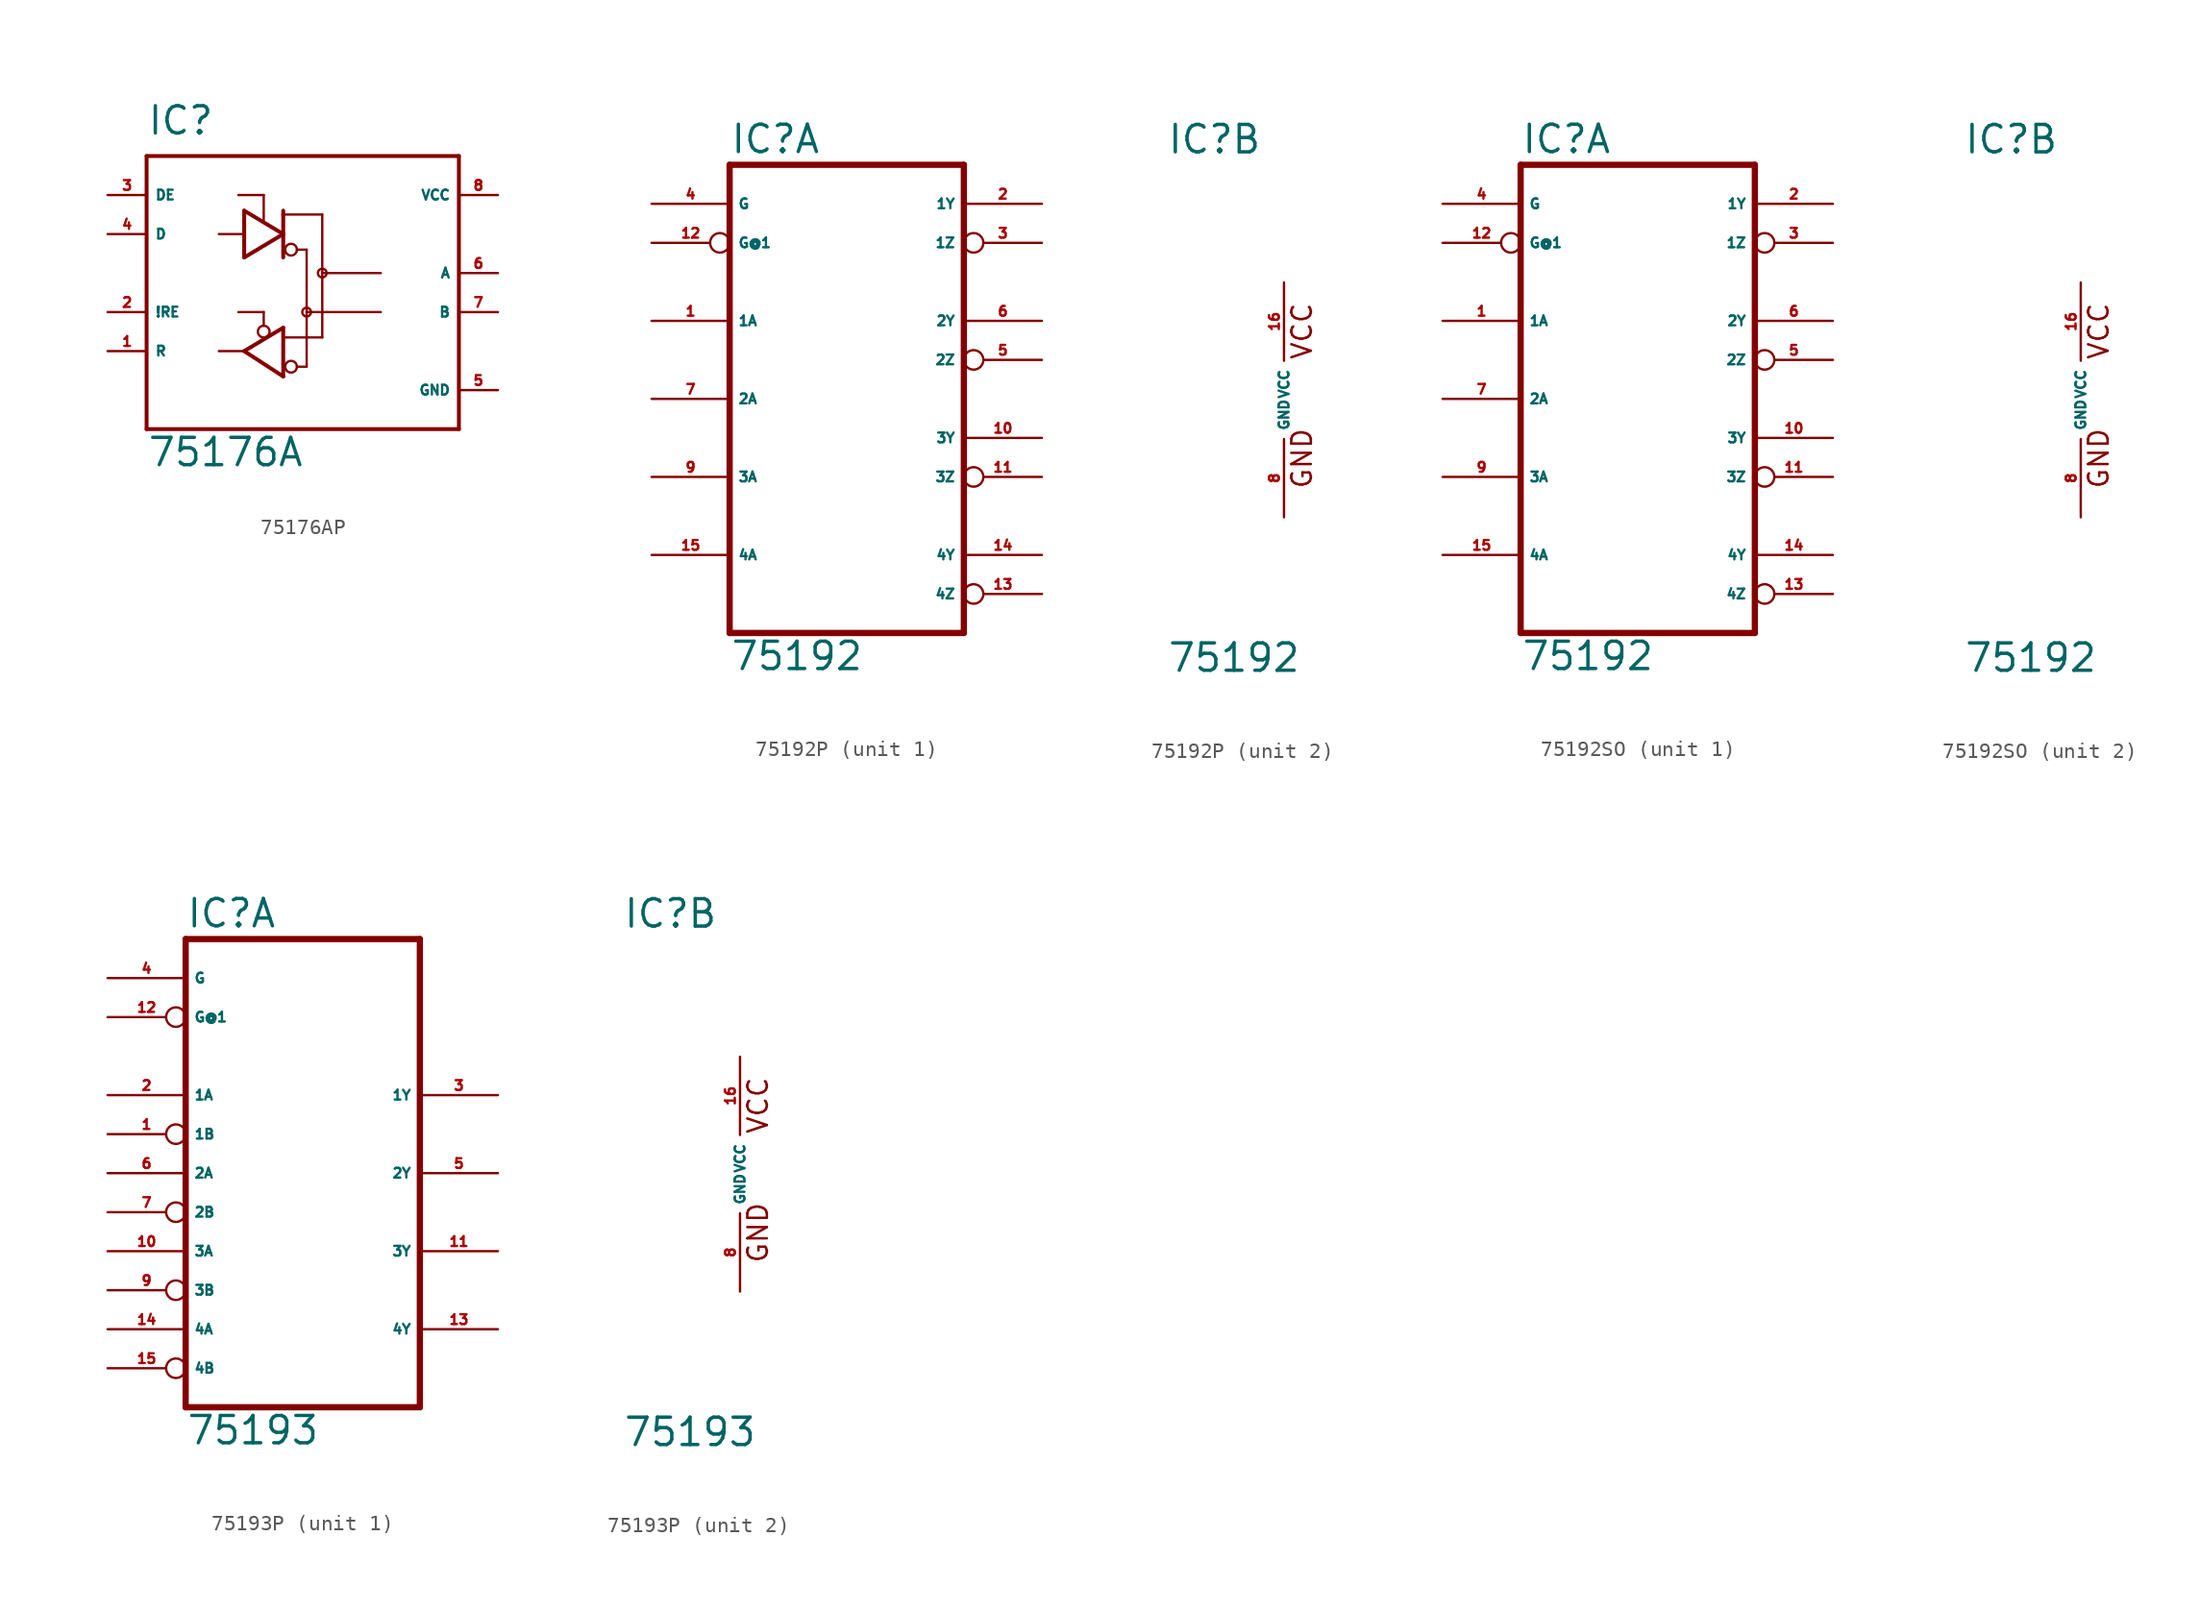
<source format=kicad_sym>
(kicad_symbol_lib
  (version 20220914)
  (generator Eagle2Kicad)
  (symbol "75176AP"
    (property "Reference" "IC"
      (at -10.16 8.89 0)
      (effects (font (size 1.778 1.778) (thickness 0.22)) (justify left bottom)))
    (property "Value" "75176A"
      (at -10.16 -12.7 0)
      (effects (font (size 1.778 1.778) (thickness 0.22)) (justify left bottom)))
    (polyline
      (pts (xy -3.81 4.064) (xy -3.81 1.016))
      (stroke (width 0.254) (type default))
      (fill (type none)))
    (polyline
      (pts (xy -3.81 1.016) (xy -1.27 2.54))
      (stroke (width 0.254) (type default))
      (fill (type none)))
    (polyline
      (pts (xy -1.27 2.54) (xy -3.81 4.064))
      (stroke (width 0.254) (type default))
      (fill (type none)))
    (polyline
      (pts (xy -1.27 4.064) (xy -1.27 3.81))
      (stroke (width 0.254) (type default))
      (fill (type none)))
    (polyline
      (pts (xy -1.27 3.81) (xy -1.27 1.016))
      (stroke (width 0.254) (type default))
      (fill (type none)))
    (polyline
      (pts (xy -3.81 -5.08) (xy -1.27 -3.556))
      (stroke (width 0.254) (type default))
      (fill (type none)))
    (polyline
      (pts (xy -1.27 -3.556) (xy -1.27 -6.731))
      (stroke (width 0.254) (type default))
      (fill (type none)))
    (polyline
      (pts (xy -1.27 -6.731) (xy -3.81 -5.08))
      (stroke (width 0.254) (type default))
      (fill (type none)))
    (polyline
      (pts (xy -4.191 5.08) (xy -2.54 5.08))
      (stroke (width 0.152) (type default))
      (fill (type none)))
    (polyline
      (pts (xy -2.54 5.08) (xy -2.54 3.429))
      (stroke (width 0.152) (type default))
      (fill (type none)))
    (polyline
      (pts (xy -5.461 2.54) (xy -3.937 2.54))
      (stroke (width 0.152) (type default))
      (fill (type none)))
    (polyline
      (pts (xy -1.27 3.81) (xy 1.27 3.81))
      (stroke (width 0.152) (type default))
      (fill (type none)))
    (polyline
      (pts (xy 1.27 3.81) (xy 1.27 0))
      (stroke (width 0.152) (type default))
      (fill (type none)))
    (polyline
      (pts (xy 1.27 0) (xy 5.08 0))
      (stroke (width 0.152) (type default))
      (fill (type none)))
    (polyline
      (pts (xy -0.381 1.524) (xy 0.254 1.524))
      (stroke (width 0.152) (type default))
      (fill (type none)))
    (polyline
      (pts (xy 0.254 1.524) (xy 0.254 -2.54))
      (stroke (width 0.152) (type default))
      (fill (type none)))
    (polyline
      (pts (xy 0.254 -2.54) (xy 5.08 -2.54))
      (stroke (width 0.152) (type default))
      (fill (type none)))
    (polyline
      (pts (xy -4.191 -2.54) (xy -2.54 -2.54))
      (stroke (width 0.152) (type default))
      (fill (type none)))
    (polyline
      (pts (xy -2.54 -2.54) (xy -2.54 -3.429))
      (stroke (width 0.152) (type default))
      (fill (type none)))
    (polyline
      (pts (xy -1.143 -4.191) (xy 1.27 -4.191))
      (stroke (width 0.152) (type default))
      (fill (type none)))
    (polyline
      (pts (xy 1.27 -4.191) (xy 1.27 0))
      (stroke (width 0.152) (type default))
      (fill (type none)))
    (polyline
      (pts (xy 0.254 -2.54) (xy 0.254 -6.096))
      (stroke (width 0.152) (type default))
      (fill (type none)))
    (polyline
      (pts (xy 0.254 -6.096) (xy -0.381 -6.096))
      (stroke (width 0.152) (type default))
      (fill (type none)))
    (polyline
      (pts (xy -10.16 7.62) (xy 10.16 7.62))
      (stroke (width 0.254) (type default))
      (fill (type none)))
    (polyline
      (pts (xy 10.16 7.62) (xy 10.16 -10.16))
      (stroke (width 0.254) (type default))
      (fill (type none)))
    (polyline
      (pts (xy 10.16 -10.16) (xy -10.16 -10.16))
      (stroke (width 0.254) (type default))
      (fill (type none)))
    (polyline
      (pts (xy -10.16 -10.16) (xy -10.16 7.62))
      (stroke (width 0.254) (type default))
      (fill (type none)))
    (polyline
      (pts (xy -3.81 -5.08) (xy -5.461 -5.08))
      (stroke (width 0.152) (type default))
      (fill (type none)))
    (circle
      (center -0.762 1.524)
      (radius 0.381)
      (stroke (width 0.152) (type default))
      (fill (type none)))
    (circle
      (center -2.54 -3.81)
      (radius 0.381)
      (stroke (width 0.152) (type default))
      (fill (type none)))
    (circle
      (center -0.762 -6.096)
      (radius 0.381)
      (stroke (width 0.152) (type default))
      (fill (type none)))
    (circle
      (center 0.254 -2.54)
      (radius 0.284)
      (stroke (width 0) (type default))
      (fill (type none)))
    (circle
      (center 1.27 0)
      (radius 0.284)
      (stroke (width 0) (type default))
      (fill (type none)))
    (pin input line
      (at -12.7 -5.08 0)
      (length 2.54)
      (name "R" (effects (font (size 0.635 0.635) (thickness 0.08)) (justify left bottom)))
      (number "1" (effects (font (size 0.635 0.635) (thickness 0.08)) (justify left bottom))))
    (pin input line
      (at -12.7 -2.54 0)
      (length 2.54)
      (name "!RE" (effects (font (size 0.635 0.635) (thickness 0.08)) (justify left bottom)))
      (number "2" (effects (font (size 0.635 0.635) (thickness 0.08)) (justify left bottom))))
    (pin input line
      (at -12.7 5.08 0)
      (length 2.54)
      (name "DE" (effects (font (size 0.635 0.635) (thickness 0.08)) (justify left bottom)))
      (number "3" (effects (font (size 0.635 0.635) (thickness 0.08)) (justify left bottom))))
    (pin input line
      (at -12.7 2.54 0)
      (length 2.54)
      (name "D" (effects (font (size 0.635 0.635) (thickness 0.08)) (justify left bottom)))
      (number "4" (effects (font (size 0.635 0.635) (thickness 0.08)) (justify left bottom))))
    (pin unspecified line
      (at 12.7 -7.62 180)
      (length 2.54)
      (name "GND" (effects (font (size 0.635 0.635) (thickness 0.08)) (justify left bottom)))
      (number "5" (effects (font (size 0.635 0.635) (thickness 0.08)) (justify left bottom))))
    (pin unspecified line
      (at 12.7 5.08 180)
      (length 2.54)
      (name "VCC" (effects (font (size 0.635 0.635) (thickness 0.08)) (justify left bottom)))
      (number "8" (effects (font (size 0.635 0.635) (thickness 0.08)) (justify left bottom))))
    (pin output line
      (at 12.7 0 180)
      (length 2.54)
      (name "A" (effects (font (size 0.635 0.635) (thickness 0.08)) (justify left bottom)))
      (number "6" (effects (font (size 0.635 0.635) (thickness 0.08)) (justify left bottom))))
    (pin output line
      (at 12.7 -2.54 180)
      (length 2.54)
      (name "B" (effects (font (size 0.635 0.635) (thickness 0.08)) (justify left bottom)))
      (number "7" (effects (font (size 0.635 0.635) (thickness 0.08)) (justify left bottom)))))
  (symbol "75192P"
    (property "Reference" "IC"
      (at -7.62 15.875 0)
      (effects (font (size 1.778 1.778) (thickness 0.22)) (justify left bottom)))
    (property "Value" "75192"
      (at -7.62 -17.78 0)
      (effects (font (size 1.778 1.778) (thickness 0.22)) (justify left bottom)))
    (symbol "75192P_1_0"
      (polyline (pts (xy -7.62 -15.24) (xy 7.62 -15.24)) (stroke (width 0.406) (type default)) (fill (type none)))
      (polyline (pts (xy 7.62 15.24) (xy 7.62 -15.24)) (stroke (width 0.406) (type default)) (fill (type none)))
      (polyline (pts (xy 7.62 15.24) (xy -7.62 15.24)) (stroke (width 0.406) (type default)) (fill (type none)))
      (polyline (pts (xy -7.62 -15.24) (xy -7.62 15.24)) (stroke (width 0.406) (type default)) (fill (type none)))
      (pin input line (at -12.7 12.7 0) (length 5.08) (name "G" (effects (font (size 0.635 0.635) (thickness 0.08)) (justify left bottom))) (number "4" (effects (font (size 0.635 0.635) (thickness 0.08)) (justify left bottom))))
      (pin input inverted (at -12.7 10.16 0) (length 5.08) (name "G@1" (effects (font (size 0.635 0.635) (thickness 0.08)) (justify left bottom))) (number "12" (effects (font (size 0.635 0.635) (thickness 0.08)) (justify left bottom))))
      (pin input line (at -12.7 5.08 0) (length 5.08) (name "1A" (effects (font (size 0.635 0.635) (thickness 0.08)) (justify left bottom))) (number "1" (effects (font (size 0.635 0.635) (thickness 0.08)) (justify left bottom))))
      (pin input line (at -12.7 0 0) (length 5.08) (name "2A" (effects (font (size 0.635 0.635) (thickness 0.08)) (justify left bottom))) (number "7" (effects (font (size 0.635 0.635) (thickness 0.08)) (justify left bottom))))
      (pin input line (at -12.7 -5.08 0) (length 5.08) (name "3A" (effects (font (size 0.635 0.635) (thickness 0.08)) (justify left bottom))) (number "9" (effects (font (size 0.635 0.635) (thickness 0.08)) (justify left bottom))))
      (pin input line (at -12.7 -10.16 0) (length 5.08) (name "4A" (effects (font (size 0.635 0.635) (thickness 0.08)) (justify left bottom))) (number "15" (effects (font (size 0.635 0.635) (thickness 0.08)) (justify left bottom))))
      (pin output line (at 12.7 12.7 180) (length 5.08) (name "1Y" (effects (font (size 0.635 0.635) (thickness 0.08)) (justify left bottom))) (number "2" (effects (font (size 0.635 0.635) (thickness 0.08)) (justify left bottom))))
      (pin output inverted (at 12.7 10.16 180) (length 5.08) (name "1Z" (effects (font (size 0.635 0.635) (thickness 0.08)) (justify left bottom))) (number "3" (effects (font (size 0.635 0.635) (thickness 0.08)) (justify left bottom))))
      (pin output line (at 12.7 5.08 180) (length 5.08) (name "2Y" (effects (font (size 0.635 0.635) (thickness 0.08)) (justify left bottom))) (number "6" (effects (font (size 0.635 0.635) (thickness 0.08)) (justify left bottom))))
      (pin output inverted (at 12.7 2.54 180) (length 5.08) (name "2Z" (effects (font (size 0.635 0.635) (thickness 0.08)) (justify left bottom))) (number "5" (effects (font (size 0.635 0.635) (thickness 0.08)) (justify left bottom))))
      (pin output line (at 12.7 -2.54 180) (length 5.08) (name "3Y" (effects (font (size 0.635 0.635) (thickness 0.08)) (justify left bottom))) (number "10" (effects (font (size 0.635 0.635) (thickness 0.08)) (justify left bottom))))
      (pin output inverted (at 12.7 -5.08 180) (length 5.08) (name "3Z" (effects (font (size 0.635 0.635) (thickness 0.08)) (justify left bottom))) (number "11" (effects (font (size 0.635 0.635) (thickness 0.08)) (justify left bottom))))
      (pin output line (at 12.7 -10.16 180) (length 5.08) (name "4Y" (effects (font (size 0.635 0.635) (thickness 0.08)) (justify left bottom))) (number "14" (effects (font (size 0.635 0.635) (thickness 0.08)) (justify left bottom))))
      (pin output inverted (at 12.7 -12.7 180) (length 5.08) (name "4Z" (effects (font (size 0.635 0.635) (thickness 0.08)) (justify left bottom))) (number "13" (effects (font (size 0.635 0.635) (thickness 0.08)) (justify left bottom)))))
    (symbol "75192P_2_0"
      (text "GND" (at 1.905 -5.842 900) (effects (font (size 1.27 1.27) (thickness 0.16)) (justify left bottom)))
      (text "VCC" (at 1.905 2.54 900) (effects (font (size 1.27 1.27) (thickness 0.16)) (justify left bottom)))
      (pin unspecified line (at 0 -7.62 90) (length 5.08) (name "GND" (effects (font (size 0.635 0.635) (thickness 0.08)) (justify left bottom))) (number "8" (effects (font (size 0.635 0.635) (thickness 0.08)) (justify left bottom))))
      (pin unspecified line (at 0 7.62 270) (length 5.08) (name "VCC" (effects (font (size 0.635 0.635) (thickness 0.08)) (justify left bottom))) (number "16" (effects (font (size 0.635 0.635) (thickness 0.08)) (justify left bottom))))))
  (symbol "75192SO"
    (property "Reference" "IC"
      (at -7.62 15.875 0)
      (effects (font (size 1.778 1.778) (thickness 0.22)) (justify left bottom)))
    (property "Value" "75192"
      (at -7.62 -17.78 0)
      (effects (font (size 1.778 1.778) (thickness 0.22)) (justify left bottom)))
    (symbol "75192SO_1_0"
      (polyline (pts (xy -7.62 -15.24) (xy 7.62 -15.24)) (stroke (width 0.406) (type default)) (fill (type none)))
      (polyline (pts (xy 7.62 15.24) (xy 7.62 -15.24)) (stroke (width 0.406) (type default)) (fill (type none)))
      (polyline (pts (xy 7.62 15.24) (xy -7.62 15.24)) (stroke (width 0.406) (type default)) (fill (type none)))
      (polyline (pts (xy -7.62 -15.24) (xy -7.62 15.24)) (stroke (width 0.406) (type default)) (fill (type none)))
      (pin input line (at -12.7 12.7 0) (length 5.08) (name "G" (effects (font (size 0.635 0.635) (thickness 0.08)) (justify left bottom))) (number "4" (effects (font (size 0.635 0.635) (thickness 0.08)) (justify left bottom))))
      (pin input inverted (at -12.7 10.16 0) (length 5.08) (name "G@1" (effects (font (size 0.635 0.635) (thickness 0.08)) (justify left bottom))) (number "12" (effects (font (size 0.635 0.635) (thickness 0.08)) (justify left bottom))))
      (pin input line (at -12.7 5.08 0) (length 5.08) (name "1A" (effects (font (size 0.635 0.635) (thickness 0.08)) (justify left bottom))) (number "1" (effects (font (size 0.635 0.635) (thickness 0.08)) (justify left bottom))))
      (pin input line (at -12.7 0 0) (length 5.08) (name "2A" (effects (font (size 0.635 0.635) (thickness 0.08)) (justify left bottom))) (number "7" (effects (font (size 0.635 0.635) (thickness 0.08)) (justify left bottom))))
      (pin input line (at -12.7 -5.08 0) (length 5.08) (name "3A" (effects (font (size 0.635 0.635) (thickness 0.08)) (justify left bottom))) (number "9" (effects (font (size 0.635 0.635) (thickness 0.08)) (justify left bottom))))
      (pin input line (at -12.7 -10.16 0) (length 5.08) (name "4A" (effects (font (size 0.635 0.635) (thickness 0.08)) (justify left bottom))) (number "15" (effects (font (size 0.635 0.635) (thickness 0.08)) (justify left bottom))))
      (pin output line (at 12.7 12.7 180) (length 5.08) (name "1Y" (effects (font (size 0.635 0.635) (thickness 0.08)) (justify left bottom))) (number "2" (effects (font (size 0.635 0.635) (thickness 0.08)) (justify left bottom))))
      (pin output inverted (at 12.7 10.16 180) (length 5.08) (name "1Z" (effects (font (size 0.635 0.635) (thickness 0.08)) (justify left bottom))) (number "3" (effects (font (size 0.635 0.635) (thickness 0.08)) (justify left bottom))))
      (pin output line (at 12.7 5.08 180) (length 5.08) (name "2Y" (effects (font (size 0.635 0.635) (thickness 0.08)) (justify left bottom))) (number "6" (effects (font (size 0.635 0.635) (thickness 0.08)) (justify left bottom))))
      (pin output inverted (at 12.7 2.54 180) (length 5.08) (name "2Z" (effects (font (size 0.635 0.635) (thickness 0.08)) (justify left bottom))) (number "5" (effects (font (size 0.635 0.635) (thickness 0.08)) (justify left bottom))))
      (pin output line (at 12.7 -2.54 180) (length 5.08) (name "3Y" (effects (font (size 0.635 0.635) (thickness 0.08)) (justify left bottom))) (number "10" (effects (font (size 0.635 0.635) (thickness 0.08)) (justify left bottom))))
      (pin output inverted (at 12.7 -5.08 180) (length 5.08) (name "3Z" (effects (font (size 0.635 0.635) (thickness 0.08)) (justify left bottom))) (number "11" (effects (font (size 0.635 0.635) (thickness 0.08)) (justify left bottom))))
      (pin output line (at 12.7 -10.16 180) (length 5.08) (name "4Y" (effects (font (size 0.635 0.635) (thickness 0.08)) (justify left bottom))) (number "14" (effects (font (size 0.635 0.635) (thickness 0.08)) (justify left bottom))))
      (pin output inverted (at 12.7 -12.7 180) (length 5.08) (name "4Z" (effects (font (size 0.635 0.635) (thickness 0.08)) (justify left bottom))) (number "13" (effects (font (size 0.635 0.635) (thickness 0.08)) (justify left bottom)))))
    (symbol "75192SO_2_0"
      (text "GND" (at 1.905 -5.842 900) (effects (font (size 1.27 1.27) (thickness 0.16)) (justify left bottom)))
      (text "VCC" (at 1.905 2.54 900) (effects (font (size 1.27 1.27) (thickness 0.16)) (justify left bottom)))
      (pin unspecified line (at 0 -7.62 90) (length 5.08) (name "GND" (effects (font (size 0.635 0.635) (thickness 0.08)) (justify left bottom))) (number "8" (effects (font (size 0.635 0.635) (thickness 0.08)) (justify left bottom))))
      (pin unspecified line (at 0 7.62 270) (length 5.08) (name "VCC" (effects (font (size 0.635 0.635) (thickness 0.08)) (justify left bottom))) (number "16" (effects (font (size 0.635 0.635) (thickness 0.08)) (justify left bottom))))))
  (symbol "75193P"
    (property "Reference" "IC"
      (at -7.62 15.875 0)
      (effects (font (size 1.778 1.778) (thickness 0.22)) (justify left bottom)))
    (property "Value" "75193"
      (at -7.62 -17.78 0)
      (effects (font (size 1.778 1.778) (thickness 0.22)) (justify left bottom)))
    (symbol "75193P_1_0"
      (polyline (pts (xy -7.62 -15.24) (xy 7.62 -15.24)) (stroke (width 0.406) (type default)) (fill (type none)))
      (polyline (pts (xy 7.62 15.24) (xy 7.62 -15.24)) (stroke (width 0.406) (type default)) (fill (type none)))
      (polyline (pts (xy 7.62 15.24) (xy -7.62 15.24)) (stroke (width 0.406) (type default)) (fill (type none)))
      (polyline (pts (xy -7.62 -15.24) (xy -7.62 15.24)) (stroke (width 0.406) (type default)) (fill (type none)))
      (pin input line (at -12.7 12.7 0) (length 5.08) (name "G" (effects (font (size 0.635 0.635) (thickness 0.08)) (justify left bottom))) (number "4" (effects (font (size 0.635 0.635) (thickness 0.08)) (justify left bottom))))
      (pin input inverted (at -12.7 10.16 0) (length 5.08) (name "G@1" (effects (font (size 0.635 0.635) (thickness 0.08)) (justify left bottom))) (number "12" (effects (font (size 0.635 0.635) (thickness 0.08)) (justify left bottom))))
      (pin input line (at -12.7 5.08 0) (length 5.08) (name "1A" (effects (font (size 0.635 0.635) (thickness 0.08)) (justify left bottom))) (number "2" (effects (font (size 0.635 0.635) (thickness 0.08)) (justify left bottom))))
      (pin input line (at -12.7 0 0) (length 5.08) (name "2A" (effects (font (size 0.635 0.635) (thickness 0.08)) (justify left bottom))) (number "6" (effects (font (size 0.635 0.635) (thickness 0.08)) (justify left bottom))))
      (pin input line (at -12.7 -5.08 0) (length 5.08) (name "3A" (effects (font (size 0.635 0.635) (thickness 0.08)) (justify left bottom))) (number "10" (effects (font (size 0.635 0.635) (thickness 0.08)) (justify left bottom))))
      (pin input line (at -12.7 -10.16 0) (length 5.08) (name "4A" (effects (font (size 0.635 0.635) (thickness 0.08)) (justify left bottom))) (number "14" (effects (font (size 0.635 0.635) (thickness 0.08)) (justify left bottom))))
      (pin tri_state line (at 12.7 5.08 180) (length 5.08) (name "1Y" (effects (font (size 0.635 0.635) (thickness 0.08)) (justify left bottom))) (number "3" (effects (font (size 0.635 0.635) (thickness 0.08)) (justify left bottom))))
      (pin tri_state line (at 12.7 0 180) (length 5.08) (name "2Y" (effects (font (size 0.635 0.635) (thickness 0.08)) (justify left bottom))) (number "5" (effects (font (size 0.635 0.635) (thickness 0.08)) (justify left bottom))))
      (pin tri_state line (at 12.7 -5.08 180) (length 5.08) (name "3Y" (effects (font (size 0.635 0.635) (thickness 0.08)) (justify left bottom))) (number "11" (effects (font (size 0.635 0.635) (thickness 0.08)) (justify left bottom))))
      (pin tri_state line (at 12.7 -10.16 180) (length 5.08) (name "4Y" (effects (font (size 0.635 0.635) (thickness 0.08)) (justify left bottom))) (number "13" (effects (font (size 0.635 0.635) (thickness 0.08)) (justify left bottom))))
      (pin input inverted (at -12.7 2.54 0) (length 5.08) (name "1B" (effects (font (size 0.635 0.635) (thickness 0.08)) (justify left bottom))) (number "1" (effects (font (size 0.635 0.635) (thickness 0.08)) (justify left bottom))))
      (pin input inverted (at -12.7 -2.54 0) (length 5.08) (name "2B" (effects (font (size 0.635 0.635) (thickness 0.08)) (justify left bottom))) (number "7" (effects (font (size 0.635 0.635) (thickness 0.08)) (justify left bottom))))
      (pin input inverted (at -12.7 -7.62 0) (length 5.08) (name "3B" (effects (font (size 0.635 0.635) (thickness 0.08)) (justify left bottom))) (number "9" (effects (font (size 0.635 0.635) (thickness 0.08)) (justify left bottom))))
      (pin input inverted (at -12.7 -12.7 0) (length 5.08) (name "4B" (effects (font (size 0.635 0.635) (thickness 0.08)) (justify left bottom))) (number "15" (effects (font (size 0.635 0.635) (thickness 0.08)) (justify left bottom)))))
    (symbol "75193P_2_0"
      (text "GND" (at 1.905 -5.842 900) (effects (font (size 1.27 1.27) (thickness 0.16)) (justify left bottom)))
      (text "VCC" (at 1.905 2.54 900) (effects (font (size 1.27 1.27) (thickness 0.16)) (justify left bottom)))
      (pin unspecified line (at 0 -7.62 90) (length 5.08) (name "GND" (effects (font (size 0.635 0.635) (thickness 0.08)) (justify left bottom))) (number "8" (effects (font (size 0.635 0.635) (thickness 0.08)) (justify left bottom))))
      (pin unspecified line (at 0 7.62 270) (length 5.08) (name "VCC" (effects (font (size 0.635 0.635) (thickness 0.08)) (justify left bottom))) (number "16" (effects (font (size 0.635 0.635) (thickness 0.08)) (justify left bottom)))))))
</source>
